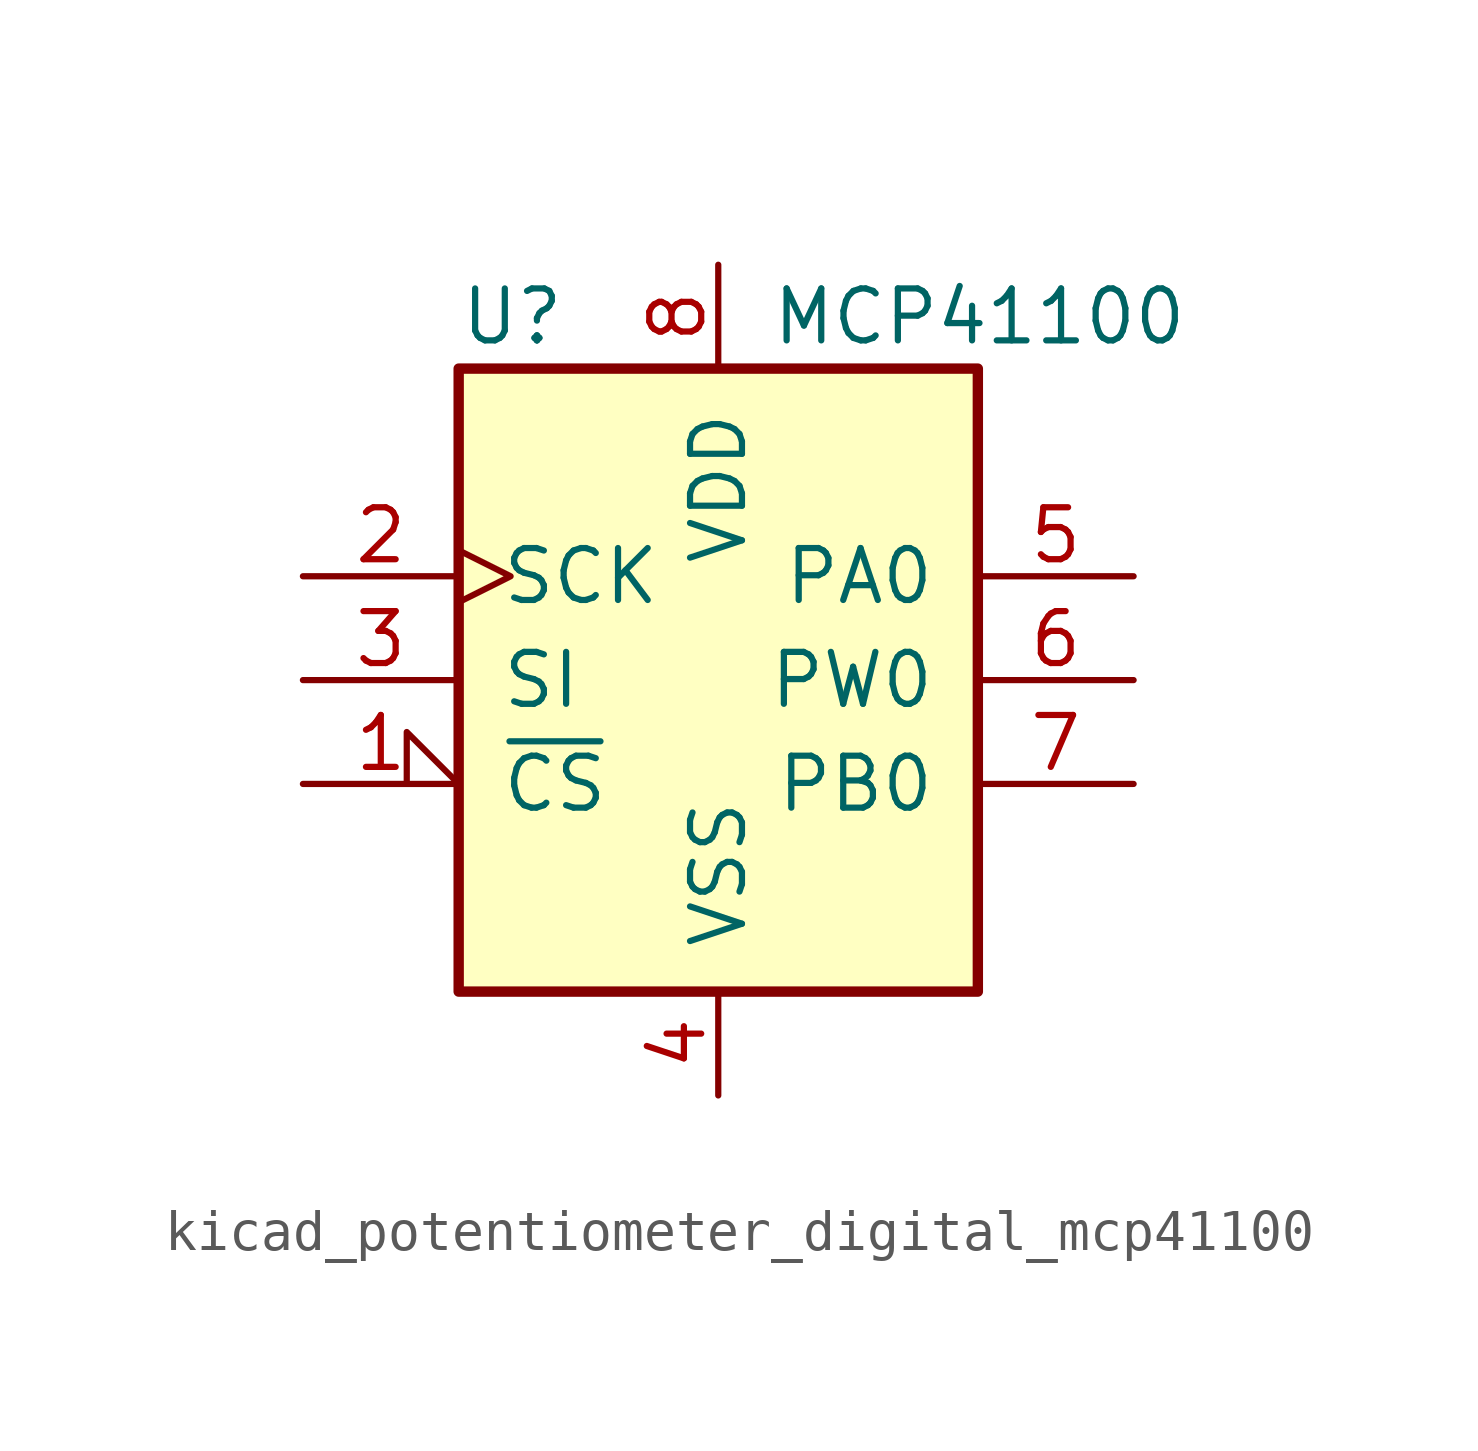
<source format=kicad_sym>
(kicad_symbol_lib
  (version 20220914)
  (generator kicad_symbol_editor)
  (symbol "kicad_potentiometer_digital_mcp41100"
    (pin_names
      (offset 1.016))
    (property "Reference" "U"
      (at -6.35 8.89 0)
      (effects (font (size 1.27 1.27)) (justify left)))
    (property "Value" "MCP41100"
      (at 1.27 8.89 0)
      (effects (font (size 1.27 1.27)) (justify left)))
    (symbol "kicad_potentiometer_digital_mcp41100_0_1"
      (rectangle (start -6.35 7.62) (end 6.35 -7.62) (stroke (width 0.254) (type default)) (fill (type background))))
    (symbol "kicad_potentiometer_digital_mcp41100_1_1"
      (pin input input_low (at -10.16 -2.54 0) (length 3.81) (name "~{CS}" (effects (font (size 1.27 1.27)))) (number "1" (effects (font (size 1.27 1.27)))))
      (pin passive clock (at -10.16 2.54 0) (length 3.81) (name "SCK" (effects (font (size 1.27 1.27)))) (number "2" (effects (font (size 1.27 1.27)))))
      (pin input line (at -10.16 0 0) (length 3.81) (name "SI" (effects (font (size 1.27 1.27)))) (number "3" (effects (font (size 1.27 1.27)))))
      (pin power_in line (at 0 -10.16 90) (length 2.54) (name "VSS" (effects (font (size 1.27 1.27)))) (number "4" (effects (font (size 1.27 1.27)))))
      (pin passive line (at 10.16 2.54 180) (length 3.81) (name "PA0" (effects (font (size 1.27 1.27)))) (number "5" (effects (font (size 1.27 1.27)))))
      (pin passive line (at 10.16 0 180) (length 3.81) (name "PW0" (effects (font (size 1.27 1.27)))) (number "6" (effects (font (size 1.27 1.27)))))
      (pin passive line (at 10.16 -2.54 180) (length 3.81) (name "PB0" (effects (font (size 1.27 1.27)))) (number "7" (effects (font (size 1.27 1.27)))))
      (pin power_in line (at 0 10.16 270) (length 2.54) (name "VDD" (effects (font (size 1.27 1.27)))) (number "8" (effects (font (size 1.27 1.27))))))))
</source>
